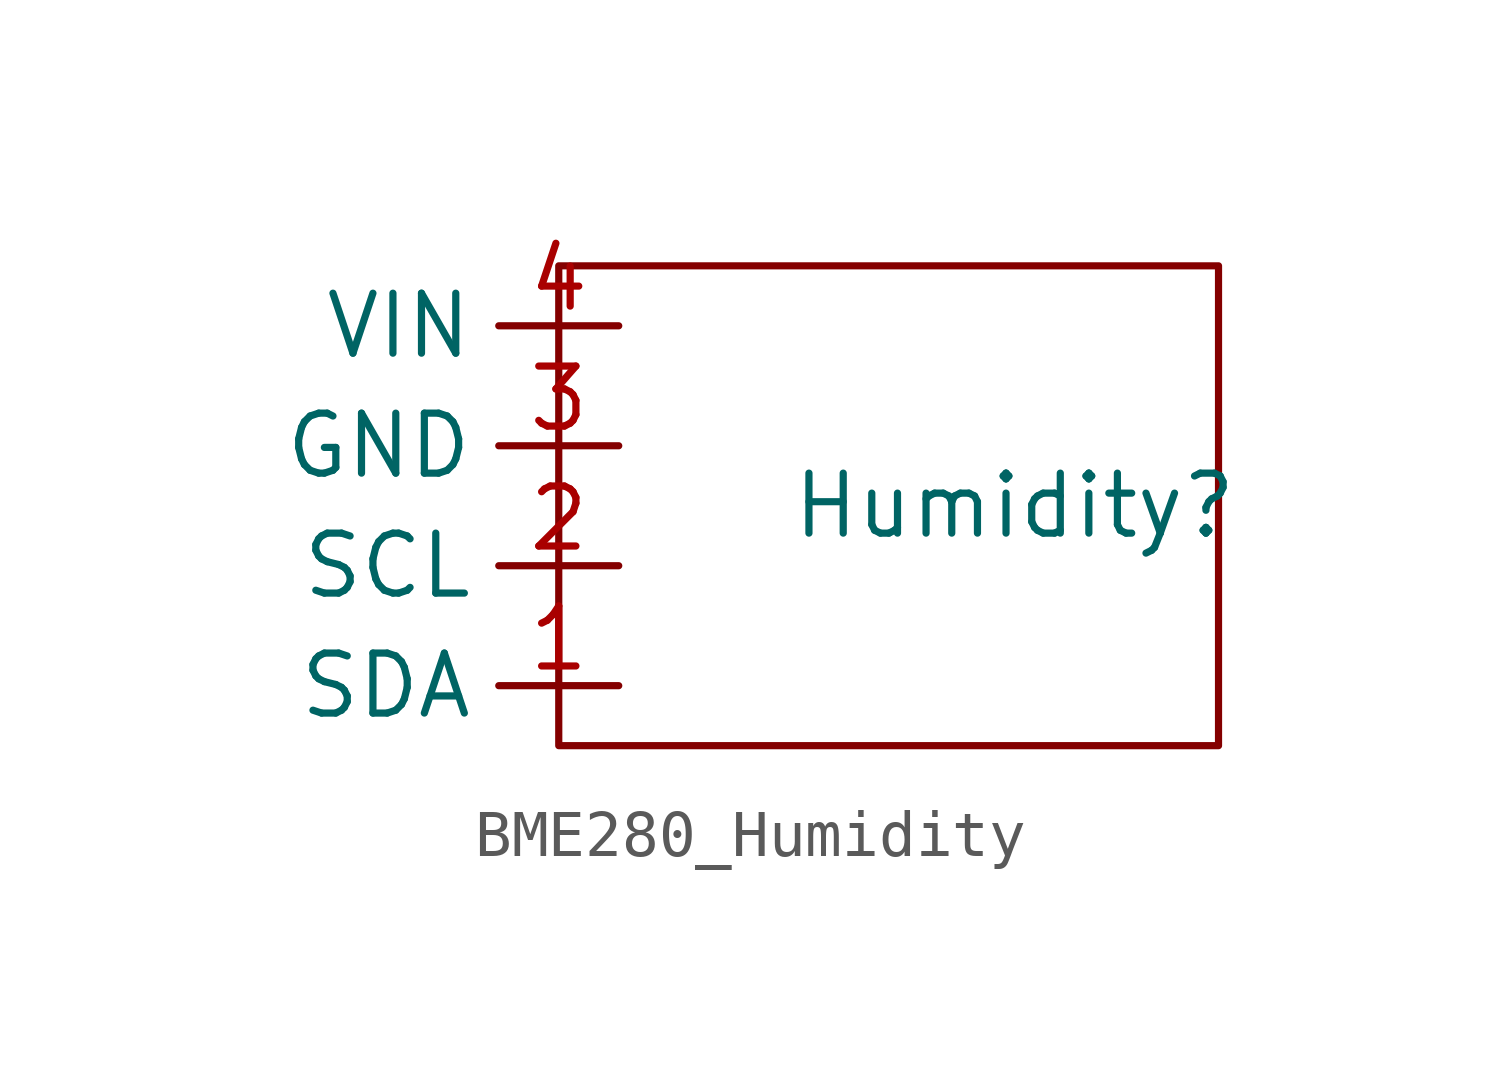
<source format=kicad_sym>
(kicad_symbol_lib
  (version 20231120)
  (generator "kicad_symbol_editor")
  (generator_version "8.0")
  (symbol "BME280_Humidity"
    (property "Reference" "Humidity"
      (at 10.922 -1.27 0)
      (effects (font (size 1.27 1.27))))
    (property "Value" ""
      (at 10.16 -2.54 0)
      (effects (font (size 1.27 1.27))))
    (symbol "BME280_Humidity_0_1"
      (rectangle (start 15.24 -6.35) (end 1.27 3.81) (stroke (width 0) (type default)) (fill (type none))))
    (symbol "BME280_Humidity_1_1"
      (pin input line (at 2.54 -5.08 180) (length 2.54) (name "SDA" (effects (font (size 1.27 1.27)))) (number "1" (effects (font (size 1.27 1.27)))))
      (pin input line (at 2.54 -2.54 180) (length 2.54) (name "SCL" (effects (font (size 1.27 1.27)))) (number "2" (effects (font (size 1.27 1.27)))))
      (pin input line (at 2.54 0 180) (length 2.54) (name "GND" (effects (font (size 1.27 1.27)))) (number "3" (effects (font (size 1.27 1.27)))))
      (pin input line (at 2.54 2.54 180) (length 2.54) (name "VIN" (effects (font (size 1.27 1.27)))) (number "4" (effects (font (size 1.27 1.27))))))))
</source>
